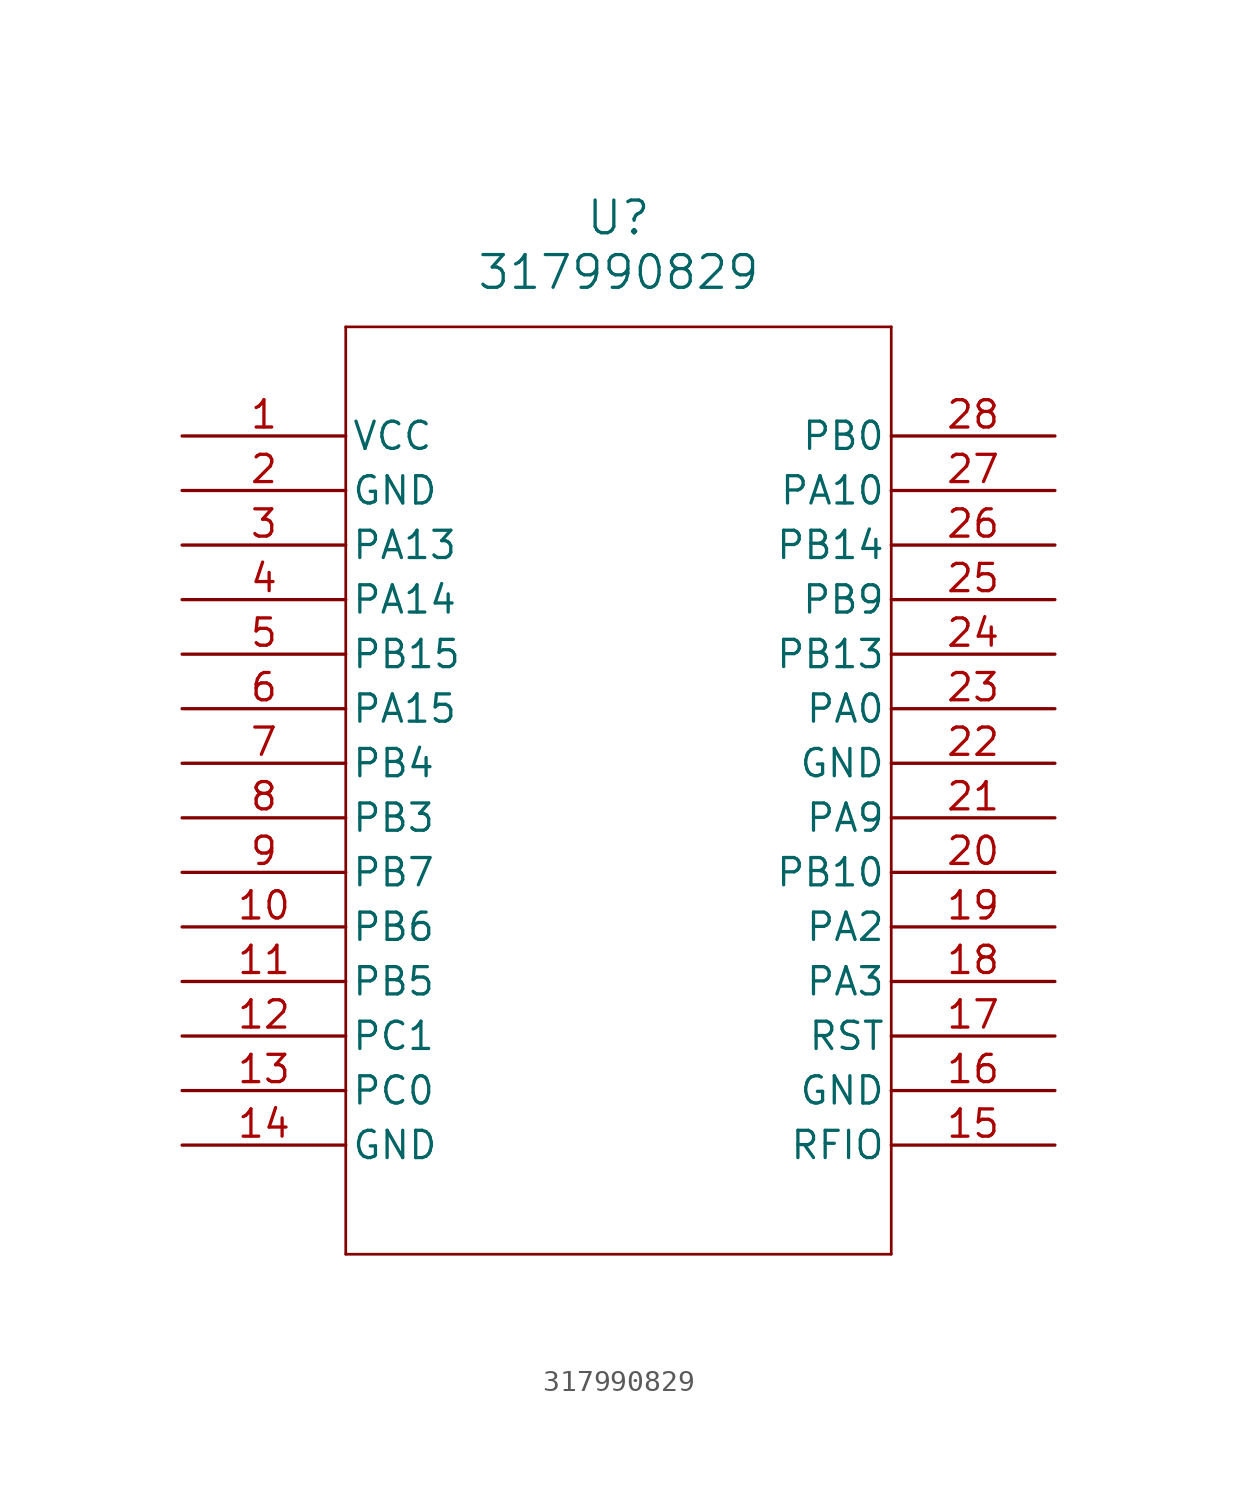
<source format=kicad_sym>
(kicad_symbol_lib
  (version 20211014)
  (generator kicad_symbol_editor)
  (symbol "317990829"
    (pin_names
      (offset 0.254))
    (property "Reference" "U"
      (at 20.32 10.16 0)
      (effects (font (size 1.524 1.524))))
    (property "Value" "317990829"
      (at 20.32 7.62 0)
      (effects (font (size 1.524 1.524))))
    (symbol "317990829_0_1"
      (polyline (pts (xy 7.62 5.08) (xy 7.62 -38.1)) (stroke (width 0.127) (type default) (color 0 0 0 0)) (fill (type none)))
      (polyline (pts (xy 7.62 -38.1) (xy 33.02 -38.1)) (stroke (width 0.127) (type default) (color 0 0 0 0)) (fill (type none)))
      (polyline (pts (xy 33.02 -38.1) (xy 33.02 5.08)) (stroke (width 0.127) (type default) (color 0 0 0 0)) (fill (type none)))
      (polyline (pts (xy 33.02 5.08) (xy 7.62 5.08)) (stroke (width 0.127) (type default) (color 0 0 0 0)) (fill (type none)))
      (pin power_in line (at 0 0 0) (length 7.62) (name "VCC" (effects (font (size 1.27 1.27)))) (number "1" (effects (font (size 1.27 1.27)))))
      (pin power_out line (at 0 -2.54 0) (length 7.62) (name "GND" (effects (font (size 1.27 1.27)))) (number "2" (effects (font (size 1.27 1.27)))))
      (pin bidirectional line (at 0 -5.08 0) (length 7.62) (name "PA13" (effects (font (size 1.27 1.27)))) (number "3" (effects (font (size 1.27 1.27)))))
      (pin bidirectional line (at 0 -7.62 0) (length 7.62) (name "PA14" (effects (font (size 1.27 1.27)))) (number "4" (effects (font (size 1.27 1.27)))))
      (pin bidirectional line (at 0 -10.16 0) (length 7.62) (name "PB15" (effects (font (size 1.27 1.27)))) (number "5" (effects (font (size 1.27 1.27)))))
      (pin bidirectional line (at 0 -12.7 0) (length 7.62) (name "PA15" (effects (font (size 1.27 1.27)))) (number "6" (effects (font (size 1.27 1.27)))))
      (pin bidirectional line (at 0 -15.24 0) (length 7.62) (name "PB4" (effects (font (size 1.27 1.27)))) (number "7" (effects (font (size 1.27 1.27)))))
      (pin bidirectional line (at 0 -17.78 0) (length 7.62) (name "PB3" (effects (font (size 1.27 1.27)))) (number "8" (effects (font (size 1.27 1.27)))))
      (pin bidirectional line (at 0 -20.32 0) (length 7.62) (name "PB7" (effects (font (size 1.27 1.27)))) (number "9" (effects (font (size 1.27 1.27)))))
      (pin bidirectional line (at 0 -22.86 0) (length 7.62) (name "PB6" (effects (font (size 1.27 1.27)))) (number "10" (effects (font (size 1.27 1.27)))))
      (pin bidirectional line (at 0 -25.4 0) (length 7.62) (name "PB5" (effects (font (size 1.27 1.27)))) (number "11" (effects (font (size 1.27 1.27)))))
      (pin bidirectional line (at 0 -27.94 0) (length 7.62) (name "PC1" (effects (font (size 1.27 1.27)))) (number "12" (effects (font (size 1.27 1.27)))))
      (pin bidirectional line (at 0 -30.48 0) (length 7.62) (name "PC0" (effects (font (size 1.27 1.27)))) (number "13" (effects (font (size 1.27 1.27)))))
      (pin power_out line (at 0 -33.02 0) (length 7.62) (name "GND" (effects (font (size 1.27 1.27)))) (number "14" (effects (font (size 1.27 1.27)))))
      (pin bidirectional line (at 40.64 -33.02 180) (length 7.62) (name "RFIO" (effects (font (size 1.27 1.27)))) (number "15" (effects (font (size 1.27 1.27)))))
      (pin power_out line (at 40.64 -30.48 180) (length 7.62) (name "GND" (effects (font (size 1.27 1.27)))) (number "16" (effects (font (size 1.27 1.27)))))
      (pin bidirectional line (at 40.64 -27.94 180) (length 7.62) (name "RST" (effects (font (size 1.27 1.27)))) (number "17" (effects (font (size 1.27 1.27)))))
      (pin bidirectional line (at 40.64 -25.4 180) (length 7.62) (name "PA3" (effects (font (size 1.27 1.27)))) (number "18" (effects (font (size 1.27 1.27)))))
      (pin bidirectional line (at 40.64 -22.86 180) (length 7.62) (name "PA2" (effects (font (size 1.27 1.27)))) (number "19" (effects (font (size 1.27 1.27)))))
      (pin bidirectional line (at 40.64 -20.32 180) (length 7.62) (name "PB10" (effects (font (size 1.27 1.27)))) (number "20" (effects (font (size 1.27 1.27)))))
      (pin bidirectional line (at 40.64 -17.78 180) (length 7.62) (name "PA9" (effects (font (size 1.27 1.27)))) (number "21" (effects (font (size 1.27 1.27)))))
      (pin power_out line (at 40.64 -15.24 180) (length 7.62) (name "GND" (effects (font (size 1.27 1.27)))) (number "22" (effects (font (size 1.27 1.27)))))
      (pin bidirectional line (at 40.64 -12.7 180) (length 7.62) (name "PA0" (effects (font (size 1.27 1.27)))) (number "23" (effects (font (size 1.27 1.27)))))
      (pin bidirectional line (at 40.64 -10.16 180) (length 7.62) (name "PB13" (effects (font (size 1.27 1.27)))) (number "24" (effects (font (size 1.27 1.27)))))
      (pin bidirectional line (at 40.64 -7.62 180) (length 7.62) (name "PB9" (effects (font (size 1.27 1.27)))) (number "25" (effects (font (size 1.27 1.27)))))
      (pin bidirectional line (at 40.64 -5.08 180) (length 7.62) (name "PB14" (effects (font (size 1.27 1.27)))) (number "26" (effects (font (size 1.27 1.27)))))
      (pin bidirectional line (at 40.64 -2.54 180) (length 7.62) (name "PA10" (effects (font (size 1.27 1.27)))) (number "27" (effects (font (size 1.27 1.27)))))
      (pin bidirectional line (at 40.64 0 180) (length 7.62) (name "PB0" (effects (font (size 1.27 1.27)))) (number "28" (effects (font (size 1.27 1.27))))))))
</source>
